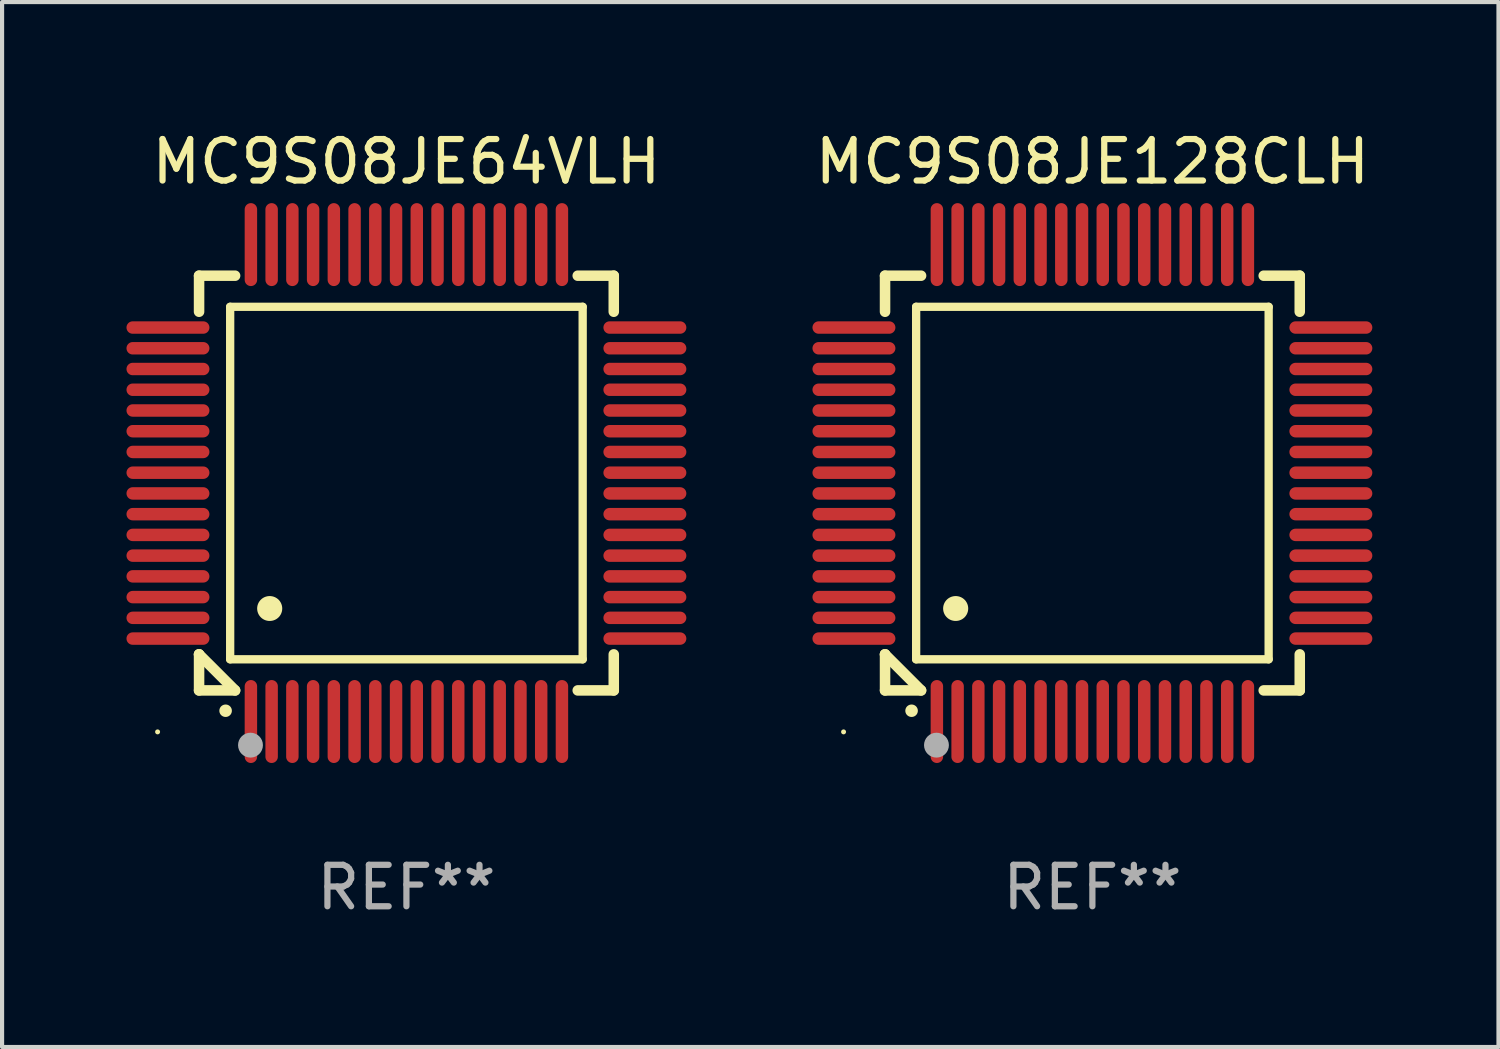
<source format=kicad_pcb>
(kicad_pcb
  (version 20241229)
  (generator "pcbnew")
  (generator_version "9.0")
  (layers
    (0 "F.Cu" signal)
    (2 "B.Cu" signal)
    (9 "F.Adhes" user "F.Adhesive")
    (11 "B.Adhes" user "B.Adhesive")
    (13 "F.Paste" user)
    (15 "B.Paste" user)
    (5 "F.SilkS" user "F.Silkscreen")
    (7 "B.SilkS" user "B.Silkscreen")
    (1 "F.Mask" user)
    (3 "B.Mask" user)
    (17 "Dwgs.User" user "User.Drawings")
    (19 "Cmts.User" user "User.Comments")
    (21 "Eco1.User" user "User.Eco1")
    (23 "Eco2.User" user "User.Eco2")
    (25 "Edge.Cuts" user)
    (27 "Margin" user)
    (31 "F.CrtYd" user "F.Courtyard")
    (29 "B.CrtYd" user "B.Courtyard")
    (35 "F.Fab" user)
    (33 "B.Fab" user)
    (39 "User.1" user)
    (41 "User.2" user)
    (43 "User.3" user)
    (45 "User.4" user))
  (footprint "MC9S08JE128CLH"
    (layer "F.Cu")
    (at 23.291 8.598)
    (property "Reference" "MC9S08JE128CLH" (at 0 -7.75 0) (layer "F.SilkS") (effects (font (size 1 1) (thickness 0.15))))
    (attr through_hole)
    (fp_line (start -5 -5) (end -4.131 -5) (stroke (width 0.254) (type solid)) (layer "F.SilkS"))
    (fp_line (start -5 -4.131) (end -5 -5) (stroke (width 0.254) (type solid)) (layer "F.SilkS"))
    (fp_line (start -5 4.131) (end -5 4.131) (stroke (width 0.254) (type solid)) (layer "F.SilkS"))
    (fp_line (start -5 5) (end -5 4.131) (stroke (width 0.254) (type solid)) (layer "F.SilkS"))
    (fp_line (start -5 4.131) (end -4.131 5) (stroke (width 0.254) (type solid)) (layer "F.SilkS"))
    (fp_line (start -4.25 -4.25) (end -4.25 4.25) (stroke (width 0.2) (type solid)) (layer "F.SilkS"))
    (fp_line (start -4.25 4.25) (end 4.25 4.25) (stroke (width 0.2) (type solid)) (layer "F.SilkS"))
    (fp_line (start -4.131 5) (end -5 5) (stroke (width 0.254) (type solid)) (layer "F.SilkS"))
    (fp_line (start 4.25 -4.25) (end -4.25 -4.25) (stroke (width 0.2) (type solid)) (layer "F.SilkS"))
    (fp_line (start 4.25 4.25) (end 4.25 -4.25) (stroke (width 0.2) (type solid)) (layer "F.SilkS"))
    (fp_line (start 5 -5) (end 4.131 -5) (stroke (width 0.254) (type solid)) (layer "F.SilkS"))
    (fp_line (start 5 -5) (end 5 -4.131) (stroke (width 0.254) (type solid)) (layer "F.SilkS"))
    (fp_line (start 5 4.131) (end 5 5) (stroke (width 0.254) (type solid)) (layer "F.SilkS"))
    (fp_line (start 5 5) (end 4.131 5) (stroke (width 0.254) (type solid)) (layer "F.SilkS"))
    (fp_arc (start -4.361265 5.489992) (mid -4.359995 5.489987) (end -4.358725 5.489992) (stroke (width 0.3) (type solid)) (layer "F.SilkS"))
    (fp_arc (start -3.299467 3.025146) (mid -3.296927 3.025135) (end -3.294387 3.025146) (stroke (width 0.6) (type solid)) (layer "F.SilkS"))
    (fp_circle (center -6 6) (end -5.97 6) (stroke (width 0.06) (type solid)) (fill no) (layer "F.SilkS"))
    (fp_circle (center -3.76 6.32) (end -3.61 6.32) (stroke (width 0.3) (type solid)) (fill no) (layer "F.Fab"))
    (fp_text user "REF**" (at 0 9.75 0) (layer "F.Fab") (effects (font (size 1 1) (thickness 0.15))))
    (pad "1" smd oval (at -3.75 5.75) (size 0.3 2) (layers "F.Cu" "F.Mask" "F.Paste"))
    (pad "2" smd oval (at -3.25 5.75) (size 0.3 2) (layers "F.Cu" "F.Mask" "F.Paste"))
    (pad "3" smd oval (at -2.75 5.75) (size 0.3 2) (layers "F.Cu" "F.Mask" "F.Paste"))
    (pad "4" smd oval (at -2.25 5.75) (size 0.3 2) (layers "F.Cu" "F.Mask" "F.Paste"))
    (pad "5" smd oval (at -1.75 5.75) (size 0.3 2) (layers "F.Cu" "F.Mask" "F.Paste"))
    (pad "6" smd oval (at -1.25 5.75) (size 0.3 2) (layers "F.Cu" "F.Mask" "F.Paste"))
    (pad "7" smd oval (at -0.75 5.75) (size 0.3 2) (layers "F.Cu" "F.Mask" "F.Paste"))
    (pad "8" smd oval (at -0.25 5.75) (size 0.3 2) (layers "F.Cu" "F.Mask" "F.Paste"))
    (pad "9" smd oval (at 0.25 5.75) (size 0.3 2) (layers "F.Cu" "F.Mask" "F.Paste"))
    (pad "10" smd oval (at 0.75 5.75) (size 0.3 2) (layers "F.Cu" "F.Mask" "F.Paste"))
    (pad "11" smd oval (at 1.25 5.75) (size 0.3 2) (layers "F.Cu" "F.Mask" "F.Paste"))
    (pad "12" smd oval (at 1.75 5.75) (size 0.3 2) (layers "F.Cu" "F.Mask" "F.Paste"))
    (pad "13" smd oval (at 2.25 5.75) (size 0.3 2) (layers "F.Cu" "F.Mask" "F.Paste"))
    (pad "14" smd oval (at 2.75 5.75) (size 0.3 2) (layers "F.Cu" "F.Mask" "F.Paste"))
    (pad "15" smd oval (at 3.25 5.75) (size 0.3 2) (layers "F.Cu" "F.Mask" "F.Paste"))
    (pad "16" smd oval (at 3.75 5.75) (size 0.3 2) (layers "F.Cu" "F.Mask" "F.Paste"))
    (pad "17" smd oval (at 5.75 3.75) (size 2 0.3) (layers "F.Cu" "F.Mask" "F.Paste"))
    (pad "18" smd oval (at 5.75 3.25) (size 2 0.3) (layers "F.Cu" "F.Mask" "F.Paste"))
    (pad "19" smd oval (at 5.75 2.75) (size 2 0.3) (layers "F.Cu" "F.Mask" "F.Paste"))
    (pad "20" smd oval (at 5.75 2.25) (size 2 0.3) (layers "F.Cu" "F.Mask" "F.Paste"))
    (pad "21" smd oval (at 5.75 1.75) (size 2 0.3) (layers "F.Cu" "F.Mask" "F.Paste"))
    (pad "22" smd oval (at 5.75 1.25) (size 2 0.3) (layers "F.Cu" "F.Mask" "F.Paste"))
    (pad "23" smd oval (at 5.75 0.75) (size 2 0.3) (layers "F.Cu" "F.Mask" "F.Paste"))
    (pad "24" smd oval (at 5.75 0.25) (size 2 0.3) (layers "F.Cu" "F.Mask" "F.Paste"))
    (pad "25" smd oval (at 5.75 -0.25) (size 2 0.3) (layers "F.Cu" "F.Mask" "F.Paste"))
    (pad "26" smd oval (at 5.75 -0.75) (size 2 0.3) (layers "F.Cu" "F.Mask" "F.Paste"))
    (pad "27" smd oval (at 5.75 -1.25) (size 2 0.3) (layers "F.Cu" "F.Mask" "F.Paste"))
    (pad "28" smd oval (at 5.75 -1.75) (size 2 0.3) (layers "F.Cu" "F.Mask" "F.Paste"))
    (pad "29" smd oval (at 5.75 -2.25) (size 2 0.3) (layers "F.Cu" "F.Mask" "F.Paste"))
    (pad "30" smd oval (at 5.75 -2.75) (size 2 0.3) (layers "F.Cu" "F.Mask" "F.Paste"))
    (pad "31" smd oval (at 5.75 -3.25) (size 2 0.3) (layers "F.Cu" "F.Mask" "F.Paste"))
    (pad "32" smd oval (at 5.75 -3.75) (size 2 0.3) (layers "F.Cu" "F.Mask" "F.Paste"))
    (pad "33" smd oval (at 3.75 -5.75) (size 0.3 2) (layers "F.Cu" "F.Mask" "F.Paste"))
    (pad "34" smd oval (at 3.25 -5.75) (size 0.3 2) (layers "F.Cu" "F.Mask" "F.Paste"))
    (pad "35" smd oval (at 2.75 -5.75) (size 0.3 2) (layers "F.Cu" "F.Mask" "F.Paste"))
    (pad "36" smd oval (at 2.25 -5.75) (size 0.3 2) (layers "F.Cu" "F.Mask" "F.Paste"))
    (pad "37" smd oval (at 1.75 -5.75) (size 0.3 2) (layers "F.Cu" "F.Mask" "F.Paste"))
    (pad "38" smd oval (at 1.25 -5.75) (size 0.3 2) (layers "F.Cu" "F.Mask" "F.Paste"))
    (pad "39" smd oval (at 0.75 -5.75) (size 0.3 2) (layers "F.Cu" "F.Mask" "F.Paste"))
    (pad "40" smd oval (at 0.25 -5.75) (size 0.3 2) (layers "F.Cu" "F.Mask" "F.Paste"))
    (pad "41" smd oval (at -0.25 -5.75) (size 0.3 2) (layers "F.Cu" "F.Mask" "F.Paste"))
    (pad "42" smd oval (at -0.75 -5.75) (size 0.3 2) (layers "F.Cu" "F.Mask" "F.Paste"))
    (pad "43" smd oval (at -1.25 -5.75) (size 0.3 2) (layers "F.Cu" "F.Mask" "F.Paste"))
    (pad "44" smd oval (at -1.75 -5.75) (size 0.3 2) (layers "F.Cu" "F.Mask" "F.Paste"))
    (pad "45" smd oval (at -2.25 -5.75) (size 0.3 2) (layers "F.Cu" "F.Mask" "F.Paste"))
    (pad "46" smd oval (at -2.75 -5.75) (size 0.3 2) (layers "F.Cu" "F.Mask" "F.Paste"))
    (pad "47" smd oval (at -3.25 -5.75) (size 0.3 2) (layers "F.Cu" "F.Mask" "F.Paste"))
    (pad "48" smd oval (at -3.75 -5.75) (size 0.3 2) (layers "F.Cu" "F.Mask" "F.Paste"))
    (pad "49" smd oval (at -5.75 -3.75) (size 2 0.3) (layers "F.Cu" "F.Mask" "F.Paste"))
    (pad "50" smd oval (at -5.75 -3.25) (size 2 0.3) (layers "F.Cu" "F.Mask" "F.Paste"))
    (pad "51" smd oval (at -5.75 -2.75) (size 2 0.3) (layers "F.Cu" "F.Mask" "F.Paste"))
    (pad "52" smd oval (at -5.75 -2.25) (size 2 0.3) (layers "F.Cu" "F.Mask" "F.Paste"))
    (pad "53" smd oval (at -5.75 -1.75) (size 2 0.3) (layers "F.Cu" "F.Mask" "F.Paste"))
    (pad "54" smd oval (at -5.75 -1.25) (size 2 0.3) (layers "F.Cu" "F.Mask" "F.Paste"))
    (pad "55" smd oval (at -5.75 -0.75) (size 2 0.3) (layers "F.Cu" "F.Mask" "F.Paste"))
    (pad "56" smd oval (at -5.75 -0.25) (size 2 0.3) (layers "F.Cu" "F.Mask" "F.Paste"))
    (pad "57" smd oval (at -5.75 0.25) (size 2 0.3) (layers "F.Cu" "F.Mask" "F.Paste"))
    (pad "58" smd oval (at -5.75 0.75) (size 2 0.3) (layers "F.Cu" "F.Mask" "F.Paste"))
    (pad "59" smd oval (at -5.75 1.25) (size 2 0.3) (layers "F.Cu" "F.Mask" "F.Paste"))
    (pad "60" smd oval (at -5.75 1.75) (size 2 0.3) (layers "F.Cu" "F.Mask" "F.Paste"))
    (pad "61" smd oval (at -5.75 2.25) (size 2 0.3) (layers "F.Cu" "F.Mask" "F.Paste"))
    (pad "62" smd oval (at -5.75 2.75) (size 2 0.3) (layers "F.Cu" "F.Mask" "F.Paste"))
    (pad "63" smd oval (at -5.75 3.25) (size 2 0.3) (layers "F.Cu" "F.Mask" "F.Paste"))
    (pad "64" smd oval (at -5.75 3.75) (size 2 0.3) (layers "F.Cu" "F.Mask" "F.Paste")))
  (footprint "MC9S08JE64VLH"
    (layer "F.Cu")
    (at 6.75 8.598)
    (property "Reference" "MC9S08JE64VLH" (at 0 -7.75 0) (layer "F.SilkS") (effects (font (size 1 1) (thickness 0.15))))
    (attr through_hole)
    (fp_line (start -5 -5) (end -4.131 -5) (stroke (width 0.254) (type solid)) (layer "F.SilkS"))
    (fp_line (start -5 -4.131) (end -5 -5) (stroke (width 0.254) (type solid)) (layer "F.SilkS"))
    (fp_line (start -5 4.131) (end -5 4.131) (stroke (width 0.254) (type solid)) (layer "F.SilkS"))
    (fp_line (start -5 5) (end -5 4.131) (stroke (width 0.254) (type solid)) (layer "F.SilkS"))
    (fp_line (start -5 4.131) (end -4.131 5) (stroke (width 0.254) (type solid)) (layer "F.SilkS"))
    (fp_line (start -4.25 -4.25) (end -4.25 4.25) (stroke (width 0.2) (type solid)) (layer "F.SilkS"))
    (fp_line (start -4.25 4.25) (end 4.25 4.25) (stroke (width 0.2) (type solid)) (layer "F.SilkS"))
    (fp_line (start -4.131 5) (end -5 5) (stroke (width 0.254) (type solid)) (layer "F.SilkS"))
    (fp_line (start 4.25 -4.25) (end -4.25 -4.25) (stroke (width 0.2) (type solid)) (layer "F.SilkS"))
    (fp_line (start 4.25 4.25) (end 4.25 -4.25) (stroke (width 0.2) (type solid)) (layer "F.SilkS"))
    (fp_line (start 5 -5) (end 4.131 -5) (stroke (width 0.254) (type solid)) (layer "F.SilkS"))
    (fp_line (start 5 -5) (end 5 -4.131) (stroke (width 0.254) (type solid)) (layer "F.SilkS"))
    (fp_line (start 5 4.131) (end 5 5) (stroke (width 0.254) (type solid)) (layer "F.SilkS"))
    (fp_line (start 5 5) (end 4.131 5) (stroke (width 0.254) (type solid)) (layer "F.SilkS"))
    (fp_arc (start -4.361265 5.489992) (mid -4.359995 5.489987) (end -4.358725 5.489992) (stroke (width 0.3) (type solid)) (layer "F.SilkS"))
    (fp_arc (start -3.299467 3.025146) (mid -3.296927 3.025135) (end -3.294387 3.025146) (stroke (width 0.6) (type solid)) (layer "F.SilkS"))
    (fp_circle (center -6 6) (end -5.97 6) (stroke (width 0.06) (type solid)) (fill no) (layer "F.SilkS"))
    (fp_circle (center -3.76 6.32) (end -3.61 6.32) (stroke (width 0.3) (type solid)) (fill no) (layer "F.Fab"))
    (fp_text user "REF**" (at 0 9.75 0) (layer "F.Fab") (effects (font (size 1 1) (thickness 0.15))))
    (pad "1" smd oval (at -3.75 5.75) (size 0.3 2) (layers "F.Cu" "F.Mask" "F.Paste"))
    (pad "2" smd oval (at -3.25 5.75) (size 0.3 2) (layers "F.Cu" "F.Mask" "F.Paste"))
    (pad "3" smd oval (at -2.75 5.75) (size 0.3 2) (layers "F.Cu" "F.Mask" "F.Paste"))
    (pad "4" smd oval (at -2.25 5.75) (size 0.3 2) (layers "F.Cu" "F.Mask" "F.Paste"))
    (pad "5" smd oval (at -1.75 5.75) (size 0.3 2) (layers "F.Cu" "F.Mask" "F.Paste"))
    (pad "6" smd oval (at -1.25 5.75) (size 0.3 2) (layers "F.Cu" "F.Mask" "F.Paste"))
    (pad "7" smd oval (at -0.75 5.75) (size 0.3 2) (layers "F.Cu" "F.Mask" "F.Paste"))
    (pad "8" smd oval (at -0.25 5.75) (size 0.3 2) (layers "F.Cu" "F.Mask" "F.Paste"))
    (pad "9" smd oval (at 0.25 5.75) (size 0.3 2) (layers "F.Cu" "F.Mask" "F.Paste"))
    (pad "10" smd oval (at 0.75 5.75) (size 0.3 2) (layers "F.Cu" "F.Mask" "F.Paste"))
    (pad "11" smd oval (at 1.25 5.75) (size 0.3 2) (layers "F.Cu" "F.Mask" "F.Paste"))
    (pad "12" smd oval (at 1.75 5.75) (size 0.3 2) (layers "F.Cu" "F.Mask" "F.Paste"))
    (pad "13" smd oval (at 2.25 5.75) (size 0.3 2) (layers "F.Cu" "F.Mask" "F.Paste"))
    (pad "14" smd oval (at 2.75 5.75) (size 0.3 2) (layers "F.Cu" "F.Mask" "F.Paste"))
    (pad "15" smd oval (at 3.25 5.75) (size 0.3 2) (layers "F.Cu" "F.Mask" "F.Paste"))
    (pad "16" smd oval (at 3.75 5.75) (size 0.3 2) (layers "F.Cu" "F.Mask" "F.Paste"))
    (pad "17" smd oval (at 5.75 3.75) (size 2 0.3) (layers "F.Cu" "F.Mask" "F.Paste"))
    (pad "18" smd oval (at 5.75 3.25) (size 2 0.3) (layers "F.Cu" "F.Mask" "F.Paste"))
    (pad "19" smd oval (at 5.75 2.75) (size 2 0.3) (layers "F.Cu" "F.Mask" "F.Paste"))
    (pad "20" smd oval (at 5.75 2.25) (size 2 0.3) (layers "F.Cu" "F.Mask" "F.Paste"))
    (pad "21" smd oval (at 5.75 1.75) (size 2 0.3) (layers "F.Cu" "F.Mask" "F.Paste"))
    (pad "22" smd oval (at 5.75 1.25) (size 2 0.3) (layers "F.Cu" "F.Mask" "F.Paste"))
    (pad "23" smd oval (at 5.75 0.75) (size 2 0.3) (layers "F.Cu" "F.Mask" "F.Paste"))
    (pad "24" smd oval (at 5.75 0.25) (size 2 0.3) (layers "F.Cu" "F.Mask" "F.Paste"))
    (pad "25" smd oval (at 5.75 -0.25) (size 2 0.3) (layers "F.Cu" "F.Mask" "F.Paste"))
    (pad "26" smd oval (at 5.75 -0.75) (size 2 0.3) (layers "F.Cu" "F.Mask" "F.Paste"))
    (pad "27" smd oval (at 5.75 -1.25) (size 2 0.3) (layers "F.Cu" "F.Mask" "F.Paste"))
    (pad "28" smd oval (at 5.75 -1.75) (size 2 0.3) (layers "F.Cu" "F.Mask" "F.Paste"))
    (pad "29" smd oval (at 5.75 -2.25) (size 2 0.3) (layers "F.Cu" "F.Mask" "F.Paste"))
    (pad "30" smd oval (at 5.75 -2.75) (size 2 0.3) (layers "F.Cu" "F.Mask" "F.Paste"))
    (pad "31" smd oval (at 5.75 -3.25) (size 2 0.3) (layers "F.Cu" "F.Mask" "F.Paste"))
    (pad "32" smd oval (at 5.75 -3.75) (size 2 0.3) (layers "F.Cu" "F.Mask" "F.Paste"))
    (pad "33" smd oval (at 3.75 -5.75) (size 0.3 2) (layers "F.Cu" "F.Mask" "F.Paste"))
    (pad "34" smd oval (at 3.25 -5.75) (size 0.3 2) (layers "F.Cu" "F.Mask" "F.Paste"))
    (pad "35" smd oval (at 2.75 -5.75) (size 0.3 2) (layers "F.Cu" "F.Mask" "F.Paste"))
    (pad "36" smd oval (at 2.25 -5.75) (size 0.3 2) (layers "F.Cu" "F.Mask" "F.Paste"))
    (pad "37" smd oval (at 1.75 -5.75) (size 0.3 2) (layers "F.Cu" "F.Mask" "F.Paste"))
    (pad "38" smd oval (at 1.25 -5.75) (size 0.3 2) (layers "F.Cu" "F.Mask" "F.Paste"))
    (pad "39" smd oval (at 0.75 -5.75) (size 0.3 2) (layers "F.Cu" "F.Mask" "F.Paste"))
    (pad "40" smd oval (at 0.25 -5.75) (size 0.3 2) (layers "F.Cu" "F.Mask" "F.Paste"))
    (pad "41" smd oval (at -0.25 -5.75) (size 0.3 2) (layers "F.Cu" "F.Mask" "F.Paste"))
    (pad "42" smd oval (at -0.75 -5.75) (size 0.3 2) (layers "F.Cu" "F.Mask" "F.Paste"))
    (pad "43" smd oval (at -1.25 -5.75) (size 0.3 2) (layers "F.Cu" "F.Mask" "F.Paste"))
    (pad "44" smd oval (at -1.75 -5.75) (size 0.3 2) (layers "F.Cu" "F.Mask" "F.Paste"))
    (pad "45" smd oval (at -2.25 -5.75) (size 0.3 2) (layers "F.Cu" "F.Mask" "F.Paste"))
    (pad "46" smd oval (at -2.75 -5.75) (size 0.3 2) (layers "F.Cu" "F.Mask" "F.Paste"))
    (pad "47" smd oval (at -3.25 -5.75) (size 0.3 2) (layers "F.Cu" "F.Mask" "F.Paste"))
    (pad "48" smd oval (at -3.75 -5.75) (size 0.3 2) (layers "F.Cu" "F.Mask" "F.Paste"))
    (pad "49" smd oval (at -5.75 -3.75) (size 2 0.3) (layers "F.Cu" "F.Mask" "F.Paste"))
    (pad "50" smd oval (at -5.75 -3.25) (size 2 0.3) (layers "F.Cu" "F.Mask" "F.Paste"))
    (pad "51" smd oval (at -5.75 -2.75) (size 2 0.3) (layers "F.Cu" "F.Mask" "F.Paste"))
    (pad "52" smd oval (at -5.75 -2.25) (size 2 0.3) (layers "F.Cu" "F.Mask" "F.Paste"))
    (pad "53" smd oval (at -5.75 -1.75) (size 2 0.3) (layers "F.Cu" "F.Mask" "F.Paste"))
    (pad "54" smd oval (at -5.75 -1.25) (size 2 0.3) (layers "F.Cu" "F.Mask" "F.Paste"))
    (pad "55" smd oval (at -5.75 -0.75) (size 2 0.3) (layers "F.Cu" "F.Mask" "F.Paste"))
    (pad "56" smd oval (at -5.75 -0.25) (size 2 0.3) (layers "F.Cu" "F.Mask" "F.Paste"))
    (pad "57" smd oval (at -5.75 0.25) (size 2 0.3) (layers "F.Cu" "F.Mask" "F.Paste"))
    (pad "58" smd oval (at -5.75 0.75) (size 2 0.3) (layers "F.Cu" "F.Mask" "F.Paste"))
    (pad "59" smd oval (at -5.75 1.25) (size 2 0.3) (layers "F.Cu" "F.Mask" "F.Paste"))
    (pad "60" smd oval (at -5.75 1.75) (size 2 0.3) (layers "F.Cu" "F.Mask" "F.Paste"))
    (pad "61" smd oval (at -5.75 2.25) (size 2 0.3) (layers "F.Cu" "F.Mask" "F.Paste"))
    (pad "62" smd oval (at -5.75 2.75) (size 2 0.3) (layers "F.Cu" "F.Mask" "F.Paste"))
    (pad "63" smd oval (at -5.75 3.25) (size 2 0.3) (layers "F.Cu" "F.Mask" "F.Paste"))
    (pad "64" smd oval (at -5.75 3.75) (size 2 0.3) (layers "F.Cu" "F.Mask" "F.Paste")))
  (gr_rect
    (start -3 -3)
    (end 33.083 22.196)
    (stroke (width 0.1) (type default))
    (fill no)
    (layer "Edge.Cuts")))
</source>
